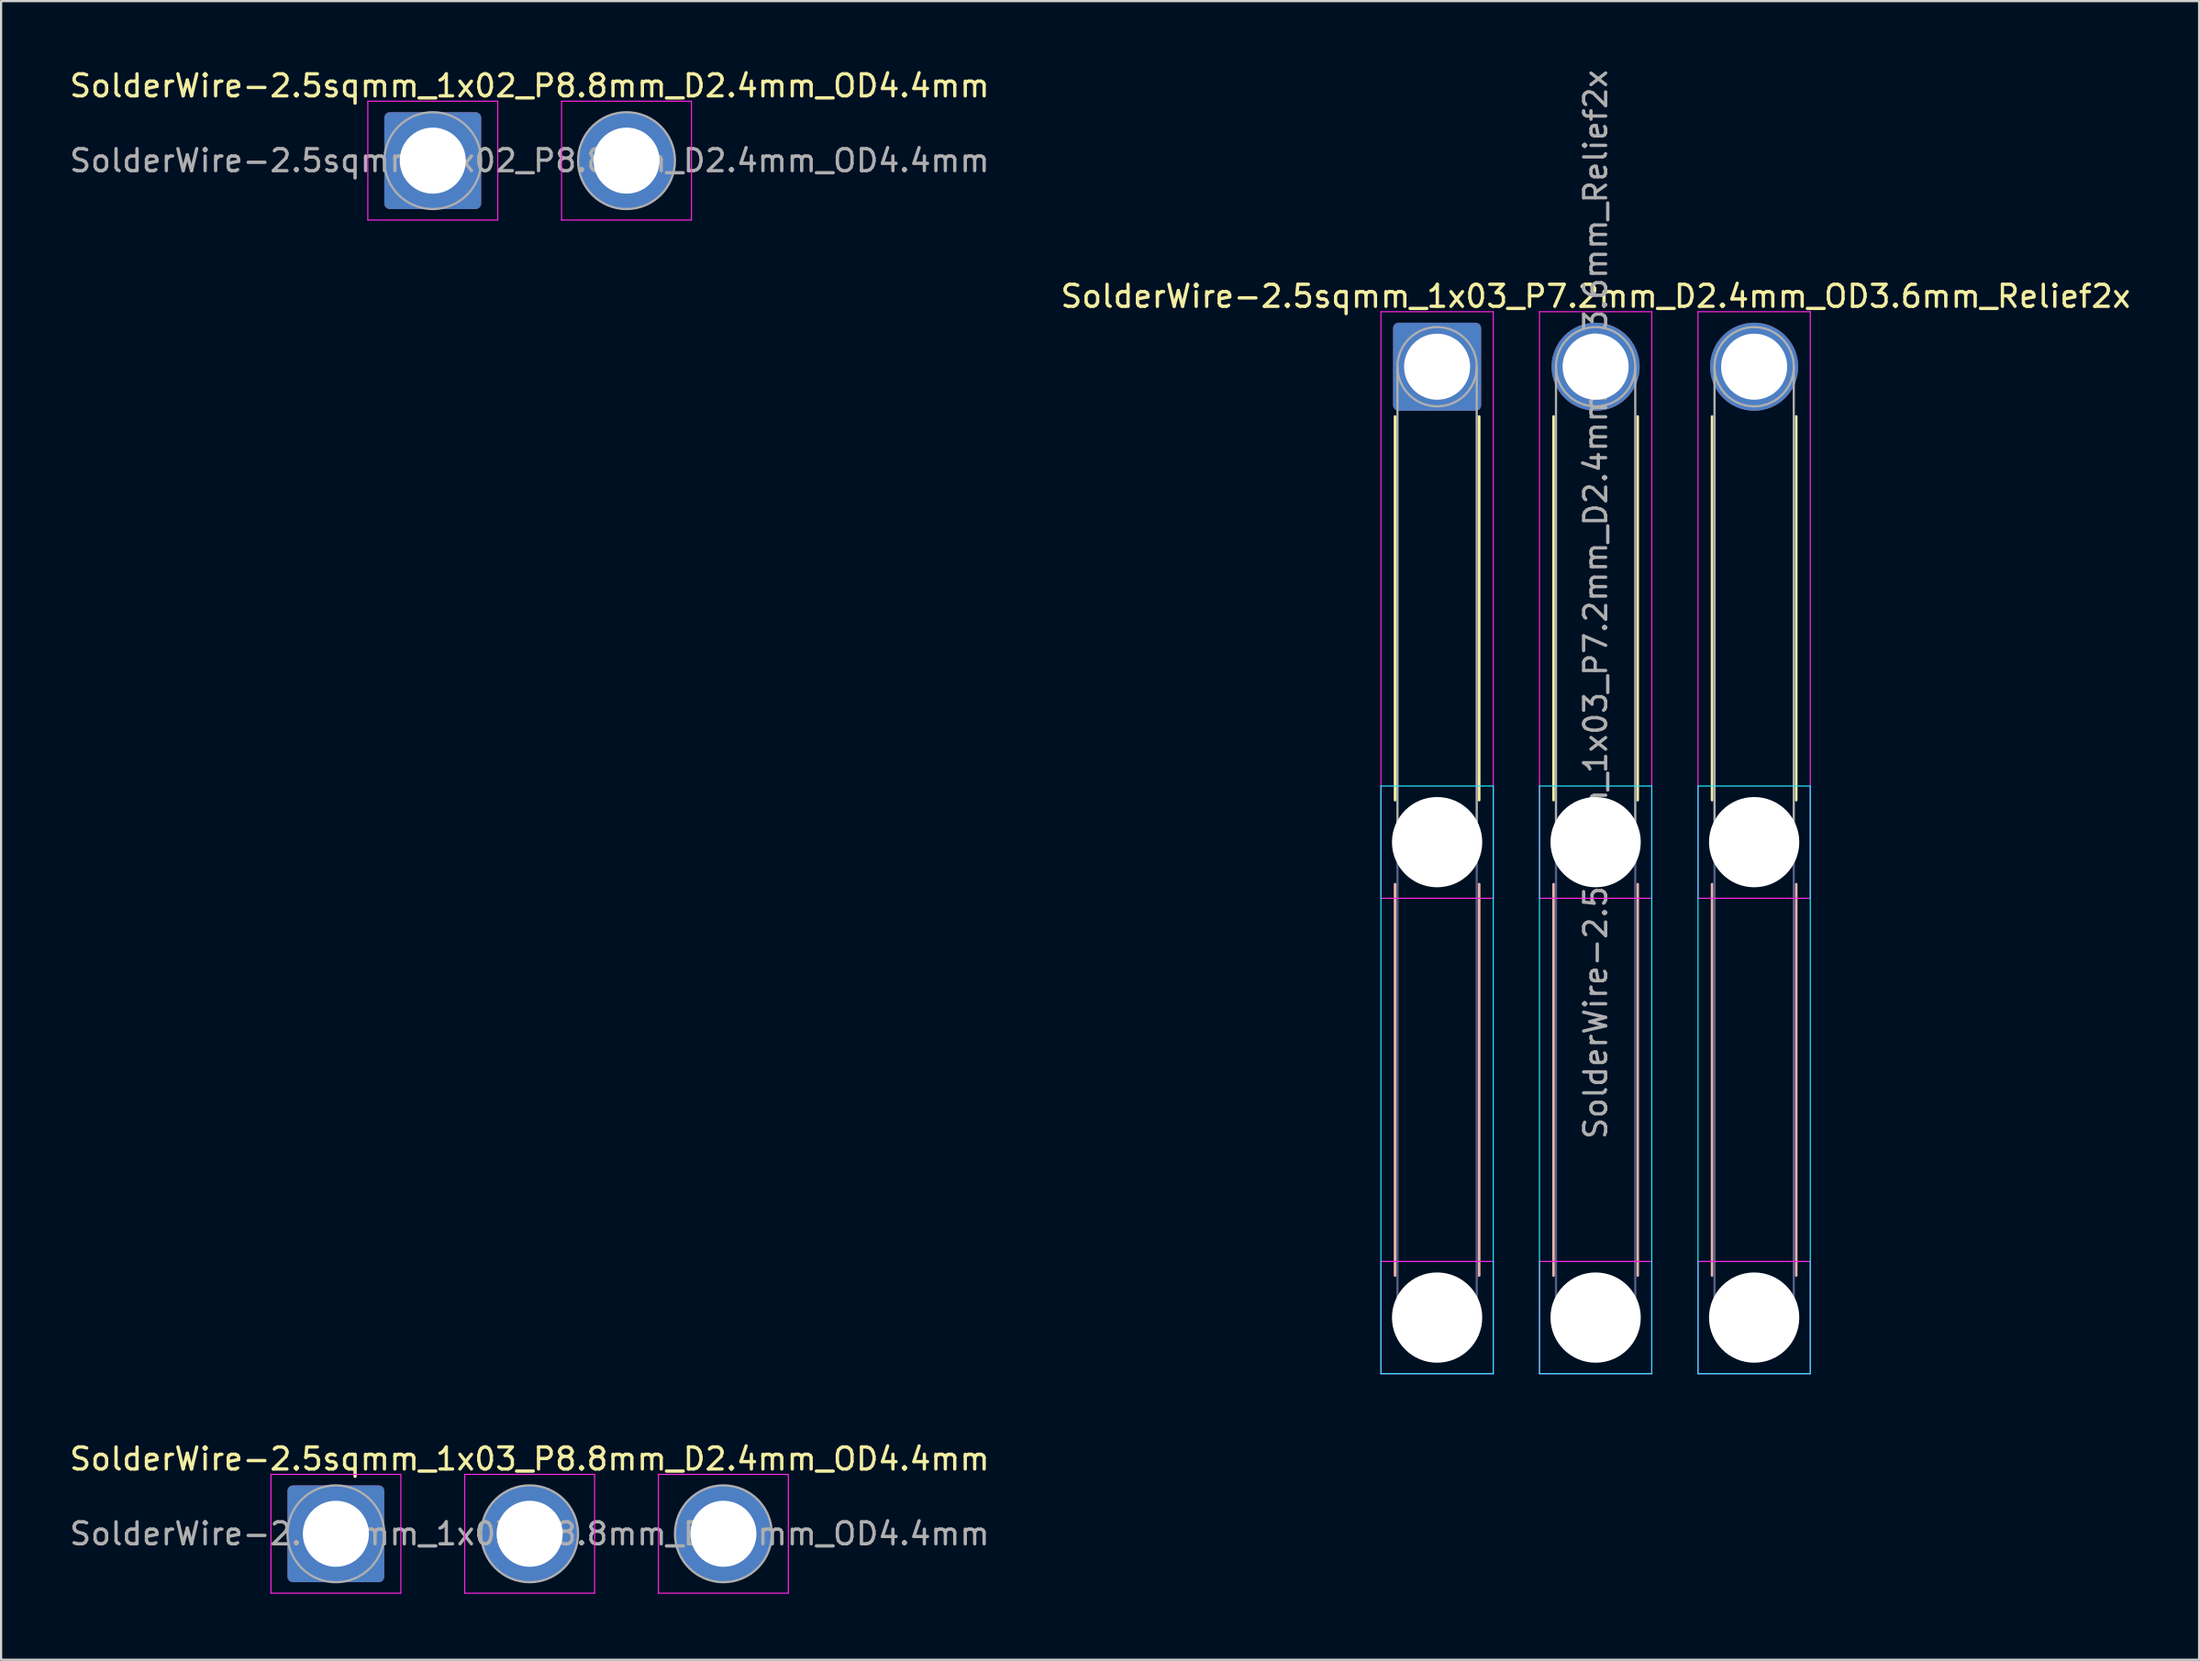
<source format=kicad_pcb>
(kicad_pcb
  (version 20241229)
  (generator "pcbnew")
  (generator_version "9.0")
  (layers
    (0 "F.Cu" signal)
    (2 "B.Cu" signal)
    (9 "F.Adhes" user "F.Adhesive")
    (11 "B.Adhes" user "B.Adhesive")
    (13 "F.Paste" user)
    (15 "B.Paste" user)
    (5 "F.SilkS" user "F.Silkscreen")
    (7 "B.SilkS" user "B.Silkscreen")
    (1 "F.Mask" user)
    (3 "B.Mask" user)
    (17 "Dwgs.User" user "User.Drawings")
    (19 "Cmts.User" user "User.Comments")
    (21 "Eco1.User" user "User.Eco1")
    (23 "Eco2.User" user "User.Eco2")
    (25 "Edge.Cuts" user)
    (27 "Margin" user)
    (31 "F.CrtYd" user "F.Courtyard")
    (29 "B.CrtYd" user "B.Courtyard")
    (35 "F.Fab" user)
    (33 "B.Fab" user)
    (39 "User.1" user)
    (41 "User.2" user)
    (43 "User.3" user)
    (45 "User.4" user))
  (footprint "SolderWire-2.5sqmm_1x03_P7.2mm_D2.4mm_OD3.6mm_Relief2x"
    (layer "F.Cu")
    (at 62.223 13.611)
    (property "Reference" "SolderWire-2.5sqmm_1x03_P7.2mm_D2.4mm_OD3.6mm_Relief2x" (at 7.2 -3.2 0) (layer "F.SilkS") (effects (font (size 1 1) (thickness 0.15))))
    (attr exclude_from_pos_files exclude_from_bom)
    (fp_line (start -1.91 2.26) (end -1.91 19.69) (stroke (width 0.12) (type solid)) (layer "F.SilkS"))
    (fp_line (start 1.91 2.26) (end 1.91 19.69) (stroke (width 0.12) (type solid)) (layer "F.SilkS"))
    (fp_line (start 5.29 2.26) (end 5.29 19.69) (stroke (width 0.12) (type solid)) (layer "F.SilkS"))
    (fp_line (start 9.11 2.26) (end 9.11 19.69) (stroke (width 0.12) (type solid)) (layer "F.SilkS"))
    (fp_line (start 12.49 2.26) (end 12.49 19.69) (stroke (width 0.12) (type solid)) (layer "F.SilkS"))
    (fp_line (start 16.31 2.26) (end 16.31 19.69) (stroke (width 0.12) (type solid)) (layer "F.SilkS"))
    (fp_line (start -1.91 23.51) (end -1.91 41.29) (stroke (width 0.12) (type solid)) (layer "B.SilkS"))
    (fp_line (start 1.91 23.51) (end 1.91 41.29) (stroke (width 0.12) (type solid)) (layer "B.SilkS"))
    (fp_line (start 5.29 23.51) (end 5.29 41.29) (stroke (width 0.12) (type solid)) (layer "B.SilkS"))
    (fp_line (start 9.11 23.51) (end 9.11 41.29) (stroke (width 0.12) (type solid)) (layer "B.SilkS"))
    (fp_line (start 12.49 23.51) (end 12.49 41.29) (stroke (width 0.12) (type solid)) (layer "B.SilkS"))
    (fp_line (start 16.31 23.51) (end 16.31 41.29) (stroke (width 0.12) (type solid)) (layer "B.SilkS"))
    (fp_line (start -2.55 19.05) (end -2.55 45.75) (stroke (width 0.05) (type solid)) (layer "B.CrtYd"))
    (fp_line (start -2.55 45.75) (end 2.55 45.75) (stroke (width 0.05) (type solid)) (layer "B.CrtYd"))
    (fp_line (start 2.55 19.05) (end -2.55 19.05) (stroke (width 0.05) (type solid)) (layer "B.CrtYd"))
    (fp_line (start 2.55 45.75) (end 2.55 19.05) (stroke (width 0.05) (type solid)) (layer "B.CrtYd"))
    (fp_line (start 4.65 19.05) (end 4.65 45.75) (stroke (width 0.05) (type solid)) (layer "B.CrtYd"))
    (fp_line (start 4.65 45.75) (end 9.75 45.75) (stroke (width 0.05) (type solid)) (layer "B.CrtYd"))
    (fp_line (start 9.75 19.05) (end 4.65 19.05) (stroke (width 0.05) (type solid)) (layer "B.CrtYd"))
    (fp_line (start 9.75 45.75) (end 9.75 19.05) (stroke (width 0.05) (type solid)) (layer "B.CrtYd"))
    (fp_line (start 11.85 19.05) (end 11.85 45.75) (stroke (width 0.05) (type solid)) (layer "B.CrtYd"))
    (fp_line (start 11.85 45.75) (end 16.95 45.75) (stroke (width 0.05) (type solid)) (layer "B.CrtYd"))
    (fp_line (start 16.95 19.05) (end 11.85 19.05) (stroke (width 0.05) (type solid)) (layer "B.CrtYd"))
    (fp_line (start 16.95 45.75) (end 16.95 19.05) (stroke (width 0.05) (type solid)) (layer "B.CrtYd"))
    (fp_line (start -2.55 -2.5) (end -2.55 24.15) (stroke (width 0.05) (type solid)) (layer "F.CrtYd"))
    (fp_line (start -2.55 24.15) (end 2.55 24.15) (stroke (width 0.05) (type solid)) (layer "F.CrtYd"))
    (fp_line (start -2.55 40.65) (end -2.55 45.75) (stroke (width 0.05) (type solid)) (layer "F.CrtYd"))
    (fp_line (start -2.55 45.75) (end 2.55 45.75) (stroke (width 0.05) (type solid)) (layer "F.CrtYd"))
    (fp_line (start 2.55 -2.5) (end -2.55 -2.5) (stroke (width 0.05) (type solid)) (layer "F.CrtYd"))
    (fp_line (start 2.55 24.15) (end 2.55 -2.5) (stroke (width 0.05) (type solid)) (layer "F.CrtYd"))
    (fp_line (start 2.55 40.65) (end -2.55 40.65) (stroke (width 0.05) (type solid)) (layer "F.CrtYd"))
    (fp_line (start 2.55 45.75) (end 2.55 40.65) (stroke (width 0.05) (type solid)) (layer "F.CrtYd"))
    (fp_line (start 4.65 -2.5) (end 4.65 24.15) (stroke (width 0.05) (type solid)) (layer "F.CrtYd"))
    (fp_line (start 4.65 24.15) (end 9.75 24.15) (stroke (width 0.05) (type solid)) (layer "F.CrtYd"))
    (fp_line (start 4.65 40.65) (end 4.65 45.75) (stroke (width 0.05) (type solid)) (layer "F.CrtYd"))
    (fp_line (start 4.65 45.75) (end 9.75 45.75) (stroke (width 0.05) (type solid)) (layer "F.CrtYd"))
    (fp_line (start 9.75 -2.5) (end 4.65 -2.5) (stroke (width 0.05) (type solid)) (layer "F.CrtYd"))
    (fp_line (start 9.75 24.15) (end 9.75 -2.5) (stroke (width 0.05) (type solid)) (layer "F.CrtYd"))
    (fp_line (start 9.75 40.65) (end 4.65 40.65) (stroke (width 0.05) (type solid)) (layer "F.CrtYd"))
    (fp_line (start 9.75 45.75) (end 9.75 40.65) (stroke (width 0.05) (type solid)) (layer "F.CrtYd"))
    (fp_line (start 11.85 -2.5) (end 11.85 24.15) (stroke (width 0.05) (type solid)) (layer "F.CrtYd"))
    (fp_line (start 11.85 24.15) (end 16.95 24.15) (stroke (width 0.05) (type solid)) (layer "F.CrtYd"))
    (fp_line (start 11.85 40.65) (end 11.85 45.75) (stroke (width 0.05) (type solid)) (layer "F.CrtYd"))
    (fp_line (start 11.85 45.75) (end 16.95 45.75) (stroke (width 0.05) (type solid)) (layer "F.CrtYd"))
    (fp_line (start 16.95 -2.5) (end 11.85 -2.5) (stroke (width 0.05) (type solid)) (layer "F.CrtYd"))
    (fp_line (start 16.95 24.15) (end 16.95 -2.5) (stroke (width 0.05) (type solid)) (layer "F.CrtYd"))
    (fp_line (start 16.95 40.65) (end 11.85 40.65) (stroke (width 0.05) (type solid)) (layer "F.CrtYd"))
    (fp_line (start 16.95 45.75) (end 16.95 40.65) (stroke (width 0.05) (type solid)) (layer "F.CrtYd"))
    (fp_line (start -1.8 21.6) (end -1.8 43.2) (stroke (width 0.1) (type solid)) (layer "B.Fab"))
    (fp_line (start 1.8 21.6) (end 1.8 43.2) (stroke (width 0.1) (type solid)) (layer "B.Fab"))
    (fp_line (start 5.4 21.6) (end 5.4 43.2) (stroke (width 0.1) (type solid)) (layer "B.Fab"))
    (fp_line (start 9 21.6) (end 9 43.2) (stroke (width 0.1) (type solid)) (layer "B.Fab"))
    (fp_line (start 12.6 21.6) (end 12.6 43.2) (stroke (width 0.1) (type solid)) (layer "B.Fab"))
    (fp_line (start 16.2 21.6) (end 16.2 43.2) (stroke (width 0.1) (type solid)) (layer "B.Fab"))
    (fp_circle (center 0 21.6) (end 1.8 21.6) (stroke (width 0.1) (type solid)) (fill no) (layer "B.Fab"))
    (fp_circle (center 0 43.2) (end 1.8 43.2) (stroke (width 0.1) (type solid)) (fill no) (layer "B.Fab"))
    (fp_circle (center 7.2 21.6) (end 9 21.6) (stroke (width 0.1) (type solid)) (fill no) (layer "B.Fab"))
    (fp_circle (center 7.2 43.2) (end 9 43.2) (stroke (width 0.1) (type solid)) (fill no) (layer "B.Fab"))
    (fp_circle (center 14.4 21.6) (end 16.2 21.6) (stroke (width 0.1) (type solid)) (fill no) (layer "B.Fab"))
    (fp_circle (center 14.4 43.2) (end 16.2 43.2) (stroke (width 0.1) (type solid)) (fill no) (layer "B.Fab"))
    (fp_line (start -1.8 0) (end -1.8 21.6) (stroke (width 0.1) (type solid)) (layer "F.Fab"))
    (fp_line (start 1.8 0) (end 1.8 21.6) (stroke (width 0.1) (type solid)) (layer "F.Fab"))
    (fp_line (start 5.4 0) (end 5.4 21.6) (stroke (width 0.1) (type solid)) (layer "F.Fab"))
    (fp_line (start 9 0) (end 9 21.6) (stroke (width 0.1) (type solid)) (layer "F.Fab"))
    (fp_line (start 12.6 0) (end 12.6 21.6) (stroke (width 0.1) (type solid)) (layer "F.Fab"))
    (fp_line (start 16.2 0) (end 16.2 21.6) (stroke (width 0.1) (type solid)) (layer "F.Fab"))
    (fp_circle (center 0 0) (end 1.8 0) (stroke (width 0.1) (type solid)) (fill no) (layer "F.Fab"))
    (fp_circle (center 0 21.6) (end 1.8 21.6) (stroke (width 0.1) (type solid)) (fill no) (layer "F.Fab"))
    (fp_circle (center 0 43.2) (end 1.8 43.2) (stroke (width 0.1) (type solid)) (fill no) (layer "F.Fab"))
    (fp_circle (center 7.2 0) (end 9 0) (stroke (width 0.1) (type solid)) (fill no) (layer "F.Fab"))
    (fp_circle (center 7.2 21.6) (end 9 21.6) (stroke (width 0.1) (type solid)) (fill no) (layer "F.Fab"))
    (fp_circle (center 7.2 43.2) (end 9 43.2) (stroke (width 0.1) (type solid)) (fill no) (layer "F.Fab"))
    (fp_circle (center 14.4 0) (end 16.2 0) (stroke (width 0.1) (type solid)) (fill no) (layer "F.Fab"))
    (fp_circle (center 14.4 21.6) (end 16.2 21.6) (stroke (width 0.1) (type solid)) (fill no) (layer "F.Fab"))
    (fp_circle (center 14.4 43.2) (end 16.2 43.2) (stroke (width 0.1) (type solid)) (fill no) (layer "F.Fab"))
    (fp_text user "${REFERENCE}" (at 7.2 10.8 90) (layer "F.Fab") (effects (font (size 1 1) (thickness 0.15))))
    (pad "" np_thru_hole circle (at 0 21.6) (size 4.1 4.1) (drill 4.1) (layers "*.Cu" "*.Mask"))
    (pad "" np_thru_hole circle (at 0 43.2) (size 4.1 4.1) (drill 4.1) (layers "*.Cu" "*.Mask"))
    (pad "" np_thru_hole circle (at 7.2 21.6) (size 4.1 4.1) (drill 4.1) (layers "*.Cu" "*.Mask"))
    (pad "" np_thru_hole circle (at 7.2 43.2) (size 4.1 4.1) (drill 4.1) (layers "*.Cu" "*.Mask"))
    (pad "" np_thru_hole circle (at 14.4 21.6) (size 4.1 4.1) (drill 4.1) (layers "*.Cu" "*.Mask"))
    (pad "" np_thru_hole circle (at 14.4 43.2) (size 4.1 4.1) (drill 4.1) (layers "*.Cu" "*.Mask"))
    (pad "1" thru_hole roundrect (at 0 0) (size 4 4) (drill 3) (layers "*.Cu" "*.Mask") (roundrect_rratio 0.062))
    (pad "2" thru_hole circle (at 7.2 0) (size 4 4) (drill 3) (layers "*.Cu" "*.Mask"))
    (pad "3" thru_hole circle (at 14.4 0) (size 4 4) (drill 3) (layers "*.Cu" "*.Mask")))
  (footprint "SolderWire-2.5sqmm_1x02_P8.8mm_D2.4mm_OD4.4mm"
    (layer "F.Cu")
    (at 16.606 4.248)
    (property "Reference" "SolderWire-2.5sqmm_1x02_P8.8mm_D2.4mm_OD4.4mm" (at 4.4 -3.4 0) (layer "F.SilkS") (effects (font (size 1 1) (thickness 0.15))))
    (attr exclude_from_pos_files exclude_from_bom)
    (fp_line (start -2.95 -2.7) (end -2.95 2.7) (stroke (width 0.05) (type solid)) (layer "F.CrtYd"))
    (fp_line (start -2.95 2.7) (end 2.95 2.7) (stroke (width 0.05) (type solid)) (layer "F.CrtYd"))
    (fp_line (start 2.95 -2.7) (end -2.95 -2.7) (stroke (width 0.05) (type solid)) (layer "F.CrtYd"))
    (fp_line (start 2.95 2.7) (end 2.95 -2.7) (stroke (width 0.05) (type solid)) (layer "F.CrtYd"))
    (fp_line (start 5.85 -2.7) (end 5.85 2.7) (stroke (width 0.05) (type solid)) (layer "F.CrtYd"))
    (fp_line (start 5.85 2.7) (end 11.75 2.7) (stroke (width 0.05) (type solid)) (layer "F.CrtYd"))
    (fp_line (start 11.75 -2.7) (end 5.85 -2.7) (stroke (width 0.05) (type solid)) (layer "F.CrtYd"))
    (fp_line (start 11.75 2.7) (end 11.75 -2.7) (stroke (width 0.05) (type solid)) (layer "F.CrtYd"))
    (fp_circle (center 0 0) (end 2.2 0) (stroke (width 0.1) (type solid)) (fill no) (layer "F.Fab"))
    (fp_circle (center 8.8 0) (end 11 0) (stroke (width 0.1) (type solid)) (fill no) (layer "F.Fab"))
    (fp_text user "${REFERENCE}" (at 4.4 0 0) (layer "F.Fab") (effects (font (size 1 1) (thickness 0.15))))
    (pad "1" thru_hole roundrect (at 0 0) (size 4.4 4.4) (drill 3) (layers "*.Cu" "*.Mask") (roundrect_rratio 0.057))
    (pad "2" thru_hole circle (at 8.8 0) (size 4.4 4.4) (drill 3) (layers "*.Cu" "*.Mask")))
  (footprint "SolderWire-2.5sqmm_1x03_P8.8mm_D2.4mm_OD4.4mm"
    (layer "F.Cu")
    (at 12.206 66.634)
    (property "Reference" "SolderWire-2.5sqmm_1x03_P8.8mm_D2.4mm_OD4.4mm" (at 8.8 -3.4 0) (layer "F.SilkS") (effects (font (size 1 1) (thickness 0.15))))
    (attr exclude_from_pos_files exclude_from_bom)
    (fp_line (start -2.95 -2.7) (end -2.95 2.7) (stroke (width 0.05) (type solid)) (layer "F.CrtYd"))
    (fp_line (start -2.95 2.7) (end 2.95 2.7) (stroke (width 0.05) (type solid)) (layer "F.CrtYd"))
    (fp_line (start 2.95 -2.7) (end -2.95 -2.7) (stroke (width 0.05) (type solid)) (layer "F.CrtYd"))
    (fp_line (start 2.95 2.7) (end 2.95 -2.7) (stroke (width 0.05) (type solid)) (layer "F.CrtYd"))
    (fp_line (start 5.85 -2.7) (end 5.85 2.7) (stroke (width 0.05) (type solid)) (layer "F.CrtYd"))
    (fp_line (start 5.85 2.7) (end 11.75 2.7) (stroke (width 0.05) (type solid)) (layer "F.CrtYd"))
    (fp_line (start 11.75 -2.7) (end 5.85 -2.7) (stroke (width 0.05) (type solid)) (layer "F.CrtYd"))
    (fp_line (start 11.75 2.7) (end 11.75 -2.7) (stroke (width 0.05) (type solid)) (layer "F.CrtYd"))
    (fp_line (start 14.65 -2.7) (end 14.65 2.7) (stroke (width 0.05) (type solid)) (layer "F.CrtYd"))
    (fp_line (start 14.65 2.7) (end 20.55 2.7) (stroke (width 0.05) (type solid)) (layer "F.CrtYd"))
    (fp_line (start 20.55 -2.7) (end 14.65 -2.7) (stroke (width 0.05) (type solid)) (layer "F.CrtYd"))
    (fp_line (start 20.55 2.7) (end 20.55 -2.7) (stroke (width 0.05) (type solid)) (layer "F.CrtYd"))
    (fp_circle (center 0 0) (end 2.2 0) (stroke (width 0.1) (type solid)) (fill no) (layer "F.Fab"))
    (fp_circle (center 8.8 0) (end 11 0) (stroke (width 0.1) (type solid)) (fill no) (layer "F.Fab"))
    (fp_circle (center 17.6 0) (end 19.8 0) (stroke (width 0.1) (type solid)) (fill no) (layer "F.Fab"))
    (fp_text user "${REFERENCE}" (at 8.8 0 0) (layer "F.Fab") (effects (font (size 1 1) (thickness 0.15))))
    (pad "1" thru_hole roundrect (at 0 0) (size 4.4 4.4) (drill 3) (layers "*.Cu" "*.Mask") (roundrect_rratio 0.057))
    (pad "2" thru_hole circle (at 8.8 0) (size 4.4 4.4) (drill 3) (layers "*.Cu" "*.Mask"))
    (pad "3" thru_hole circle (at 17.6 0) (size 4.4 4.4) (drill 3) (layers "*.Cu" "*.Mask")))
  (gr_rect
    (start -3 -3)
    (end 96.833 72.359)
    (stroke (width 0.1) (type default))
    (fill no)
    (layer "Edge.Cuts")))
</source>
